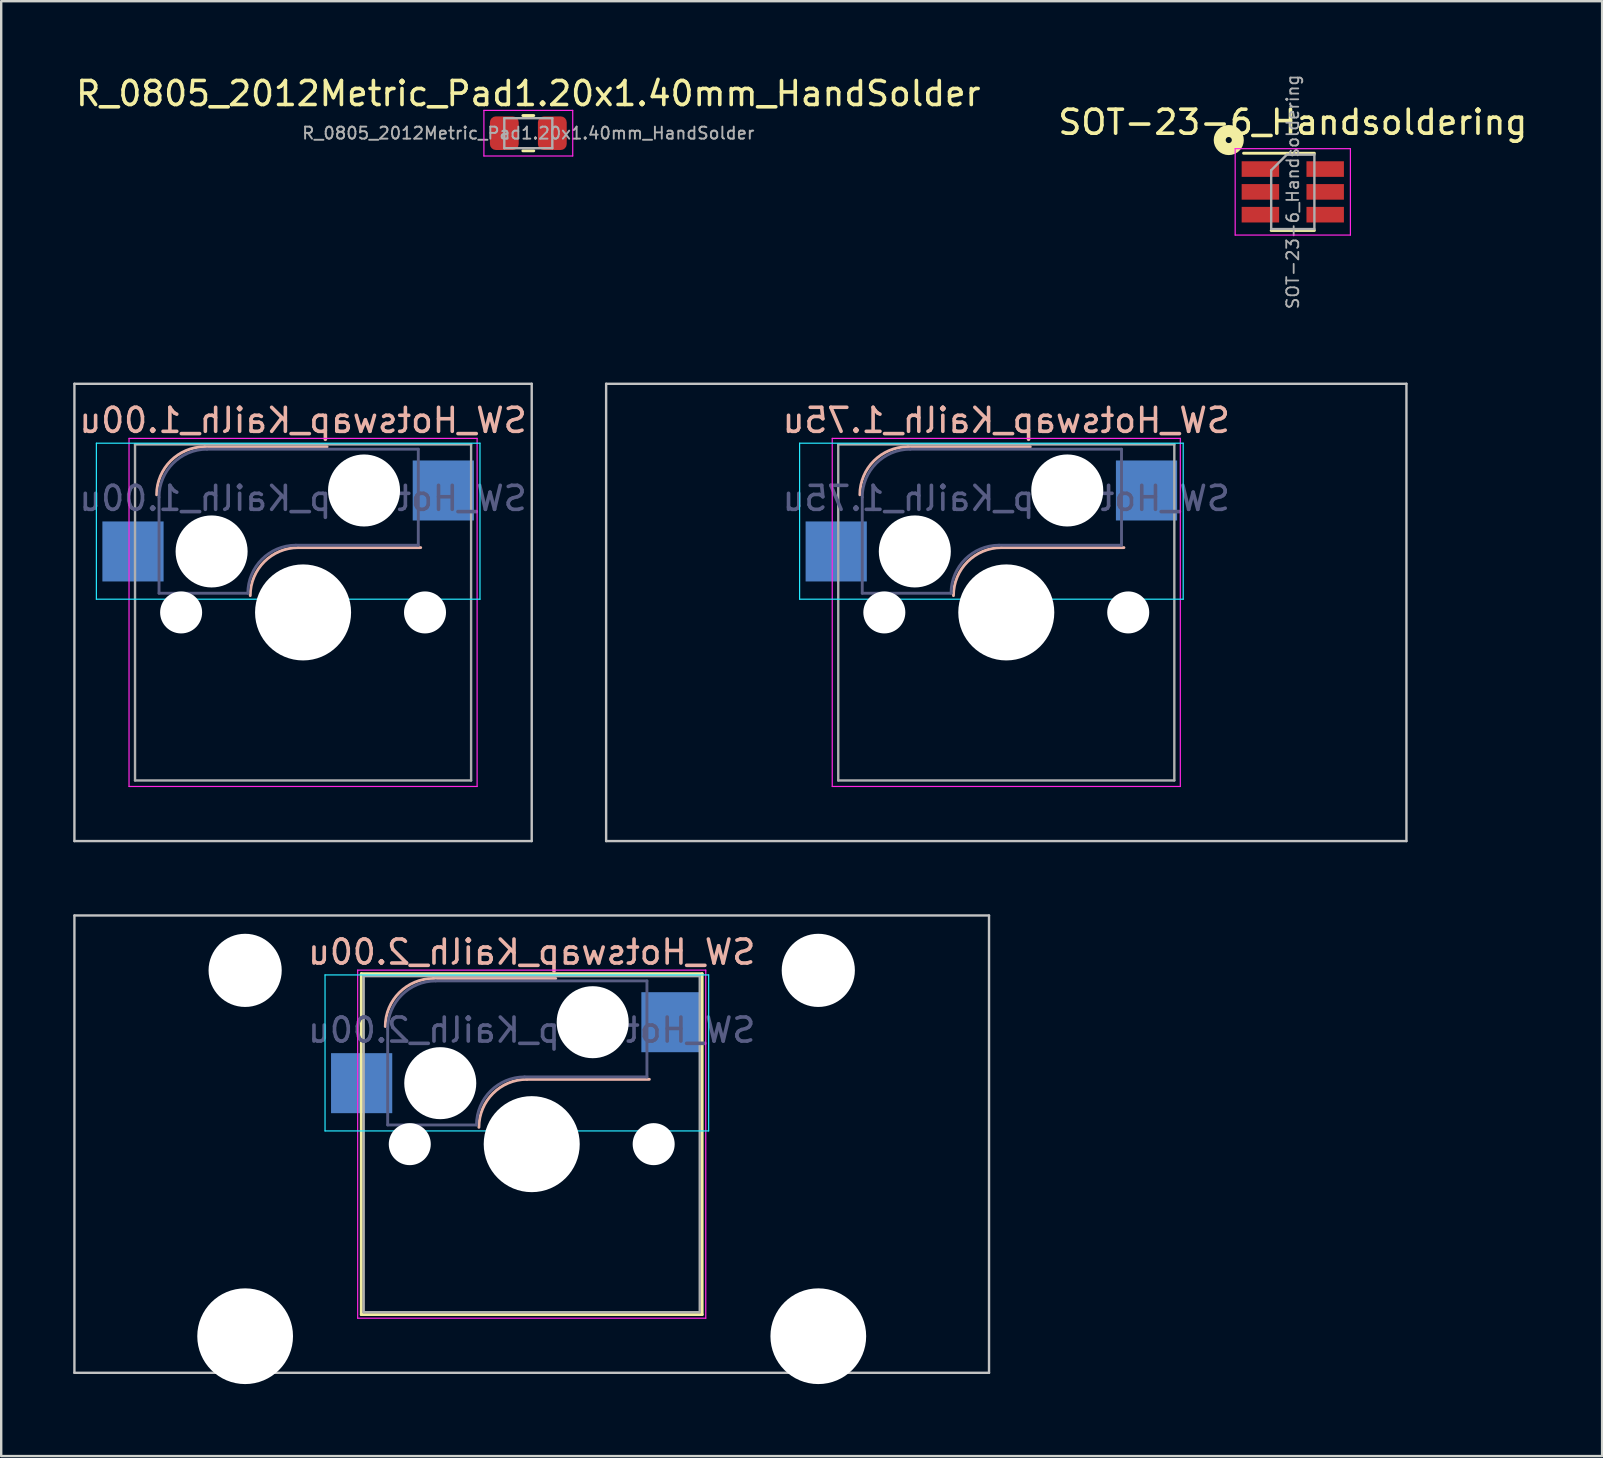
<source format=kicad_pcb>
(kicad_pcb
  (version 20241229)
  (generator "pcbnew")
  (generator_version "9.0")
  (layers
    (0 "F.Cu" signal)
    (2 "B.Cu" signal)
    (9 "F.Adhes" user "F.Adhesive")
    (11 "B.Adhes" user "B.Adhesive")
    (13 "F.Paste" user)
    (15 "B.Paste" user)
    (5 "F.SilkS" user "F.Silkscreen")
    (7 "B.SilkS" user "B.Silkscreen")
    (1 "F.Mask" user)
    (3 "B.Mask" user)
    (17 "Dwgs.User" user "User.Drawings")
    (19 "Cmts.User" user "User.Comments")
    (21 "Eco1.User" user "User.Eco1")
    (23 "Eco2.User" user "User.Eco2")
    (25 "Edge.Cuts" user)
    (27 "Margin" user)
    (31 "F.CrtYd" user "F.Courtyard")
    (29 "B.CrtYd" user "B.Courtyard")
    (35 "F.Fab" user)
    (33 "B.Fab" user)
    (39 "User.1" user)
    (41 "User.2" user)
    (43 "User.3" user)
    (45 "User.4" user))
  (footprint "SOT-23-6_Handsoldering"
    (layer "F.Cu")
    (at 50.804 4.943)
    (property "Reference" "SOT-23-6_Handsoldering" (at 0 -2.9 0) (layer "F.SilkS") (effects (font (size 1 1) (thickness 0.15))))
    (attr smd)
    (fp_line (start -0.9 1.61) (end 0.9 1.61) (stroke (width 0.12) (type solid)) (layer "F.SilkS"))
    (fp_line (start 0.9 -1.61) (end -2.05 -1.61) (stroke (width 0.12) (type solid)) (layer "F.SilkS"))
    (fp_circle (center -2.667 -2.159) (end -2.54 -2.159) (stroke (width 0.5) (type solid)) (fill no) (layer "F.SilkS"))
    (fp_line (start -2.4 -1.8) (end 2.4 -1.8) (stroke (width 0.05) (type solid)) (layer "F.CrtYd"))
    (fp_line (start -2.4 1.8) (end -2.4 -1.8) (stroke (width 0.05) (type solid)) (layer "F.CrtYd"))
    (fp_line (start 2.4 -1.8) (end 2.4 1.8) (stroke (width 0.05) (type solid)) (layer "F.CrtYd"))
    (fp_line (start 2.4 1.8) (end -2.4 1.8) (stroke (width 0.05) (type solid)) (layer "F.CrtYd"))
    (fp_line (start -0.9 -0.9) (end -0.9 1.55) (stroke (width 0.1) (type solid)) (layer "F.Fab"))
    (fp_line (start -0.9 -0.9) (end -0.25 -1.55) (stroke (width 0.1) (type solid)) (layer "F.Fab"))
    (fp_line (start 0.9 -1.55) (end -0.25 -1.55) (stroke (width 0.1) (type solid)) (layer "F.Fab"))
    (fp_line (start 0.9 -1.55) (end 0.9 1.55) (stroke (width 0.1) (type solid)) (layer "F.Fab"))
    (fp_line (start 0.9 1.55) (end -0.9 1.55) (stroke (width 0.1) (type solid)) (layer "F.Fab"))
    (fp_text user "${REFERENCE}" (at 0 0 90) (layer "F.Fab") (effects (font (size 0.5 0.5) (thickness 0.075))))
    (pad "1" smd rect (at -1.35 -0.95) (size 1.56 0.65) (layers "F.Cu" "F.Mask" "F.Paste"))
    (pad "2" smd rect (at -1.35 0) (size 1.56 0.65) (layers "F.Cu" "F.Mask" "F.Paste"))
    (pad "3" smd rect (at -1.35 0.95) (size 1.56 0.65) (layers "F.Cu" "F.Mask" "F.Paste"))
    (pad "4" smd rect (at 1.35 0.95) (size 1.56 0.65) (layers "F.Cu" "F.Mask" "F.Paste"))
    (pad "5" smd rect (at 1.35 0) (size 1.56 0.65) (layers "F.Cu" "F.Mask" "F.Paste"))
    (pad "6" smd rect (at 1.35 -0.95) (size 1.56 0.65) (layers "F.Cu" "F.Mask" "F.Paste")))
  (footprint "SW_Hotswap_Kailh_1.00u"
    (layer "F.Cu")
    (at 9.575 22.462)
    (property "Reference" "SW_Hotswap_Kailh_1.00u" (at 0 -8 0) (unlocked yes) (layer "B.SilkS") (effects (font (size 1 1) (thickness 0.15)) (justify mirror)))
    (attr smd)
    (fp_line (start -4.1 -6.9) (end 1 -6.9) (stroke (width 0.12) (type solid)) (layer "B.SilkS"))
    (fp_line (start -0.2 -2.7) (end 4.9 -2.7) (stroke (width 0.12) (type solid)) (layer "B.SilkS"))
    (fp_arc (start -6.1 -4.9) (mid -5.514214 -6.314214) (end -4.1 -6.9) (stroke (width 0.12) (type solid)) (layer "B.SilkS"))
    (fp_arc (start -2.2 -0.7) (mid -1.614214 -2.114214) (end -0.2 -2.7) (stroke (width 0.12) (type solid)) (layer "B.SilkS"))
    (fp_line (start -9.525 -9.525) (end -9.525 9.525) (stroke (width 0.1) (type solid)) (layer "Dwgs.User"))
    (fp_line (start -9.525 9.525) (end 9.525 9.525) (stroke (width 0.1) (type solid)) (layer "Dwgs.User"))
    (fp_line (start 9.525 -9.525) (end -9.525 -9.525) (stroke (width 0.1) (type solid)) (layer "Dwgs.User"))
    (fp_line (start 9.525 9.525) (end 9.525 -9.525) (stroke (width 0.1) (type solid)) (layer "Dwgs.User"))
    (fp_line (start -8.61 -7.05) (end -8.61 -0.55) (stroke (width 0.05) (type solid)) (layer "B.CrtYd"))
    (fp_line (start -8.61 -0.55) (end 7.37 -0.55) (stroke (width 0.05) (type solid)) (layer "B.CrtYd"))
    (fp_line (start 7.37 -7.05) (end -8.61 -7.05) (stroke (width 0.05) (type solid)) (layer "B.CrtYd"))
    (fp_line (start 7.37 -0.55) (end 7.37 -7.05) (stroke (width 0.05) (type solid)) (layer "B.CrtYd"))
    (fp_line (start -7.25 -7.25) (end -7.25 7.25) (stroke (width 0.05) (type solid)) (layer "F.CrtYd"))
    (fp_line (start -7.25 7.25) (end 7.25 7.25) (stroke (width 0.05) (type solid)) (layer "F.CrtYd"))
    (fp_line (start 7.25 -7.25) (end -7.25 -7.25) (stroke (width 0.05) (type solid)) (layer "F.CrtYd"))
    (fp_line (start 7.25 7.25) (end 7.25 -7.25) (stroke (width 0.05) (type solid)) (layer "F.CrtYd"))
    (fp_line (start -6 -0.8) (end -6 -4.8) (stroke (width 0.12) (type solid)) (layer "B.Fab"))
    (fp_line (start -6 -0.8) (end -2.3 -0.8) (stroke (width 0.12) (type solid)) (layer "B.Fab"))
    (fp_line (start -4 -6.8) (end 4.8 -6.8) (stroke (width 0.12) (type solid)) (layer "B.Fab"))
    (fp_line (start -0.3 -2.8) (end 4.8 -2.8) (stroke (width 0.12) (type solid)) (layer "B.Fab"))
    (fp_line (start 4.8 -6.8) (end 4.8 -2.8) (stroke (width 0.12) (type solid)) (layer "B.Fab"))
    (fp_arc (start -6 -4.8) (mid -5.414214 -6.214214) (end -4 -6.8) (stroke (width 0.12) (type solid)) (layer "B.Fab"))
    (fp_arc (start -2.3 -0.8) (mid -1.714214 -2.214214) (end -0.3 -2.8) (stroke (width 0.12) (type solid)) (layer "B.Fab"))
    (fp_line (start -7 -7) (end -7 7) (stroke (width 0.1) (type solid)) (layer "F.Fab"))
    (fp_line (start -7 7) (end 7 7) (stroke (width 0.1) (type solid)) (layer "F.Fab"))
    (fp_line (start 7 -7) (end -7 -7) (stroke (width 0.1) (type solid)) (layer "F.Fab"))
    (fp_line (start 7 7) (end 7 -7) (stroke (width 0.1) (type solid)) (layer "F.Fab"))
    (fp_text user "${REFERENCE}" (at 0 -4.75 0) (layer "B.Fab") (effects (font (size 1 1) (thickness 0.15)) (justify mirror)))
    (pad "" np_thru_hole circle (at -5.08 0) (size 1.75 1.75) (drill 1.75) (layers "*.Cu" "*.Mask"))
    (pad "" np_thru_hole circle (at -3.81 -2.54) (size 3 3) (drill 3) (layers "*.Cu" "*.Mask"))
    (pad "" np_thru_hole circle (at 0 0) (size 4 4) (drill 4) (layers "*.Cu" "*.Mask"))
    (pad "" np_thru_hole circle (at 2.54 -5.08) (size 3 3) (drill 3) (layers "*.Cu" "*.Mask"))
    (pad "" np_thru_hole circle (at 5.08 0) (size 1.75 1.75) (drill 1.75) (layers "*.Cu" "*.Mask"))
    (pad "1" smd rect (at 5.842 -5.08) (size 2.55 2.5) (layers "B.Cu" "B.Mask" "B.Paste"))
    (pad "2" smd rect (at -7.085 -2.54) (size 2.55 2.5) (layers "B.Cu" "B.Mask" "B.Paste")))
  (footprint "R_0805_2012Metric_Pad1.20x1.40mm_HandSolder"
    (layer "F.Cu")
    (at 18.958 2.498)
    (property "Reference" "R_0805_2012Metric_Pad1.20x1.40mm_HandSolder" (at 0 -1.65 0) (layer "F.SilkS") (effects (font (size 1 1) (thickness 0.15))))
    (attr smd)
    (fp_line (start -0.227 -0.735) (end 0.227 -0.735) (stroke (width 0.12) (type solid)) (layer "F.SilkS"))
    (fp_line (start -0.227 0.735) (end 0.227 0.735) (stroke (width 0.12) (type solid)) (layer "F.SilkS"))
    (fp_line (start -1.85 -0.95) (end 1.85 -0.95) (stroke (width 0.05) (type solid)) (layer "F.CrtYd"))
    (fp_line (start -1.85 0.95) (end -1.85 -0.95) (stroke (width 0.05) (type solid)) (layer "F.CrtYd"))
    (fp_line (start 1.85 -0.95) (end 1.85 0.95) (stroke (width 0.05) (type solid)) (layer "F.CrtYd"))
    (fp_line (start 1.85 0.95) (end -1.85 0.95) (stroke (width 0.05) (type solid)) (layer "F.CrtYd"))
    (fp_line (start -1 -0.625) (end 1 -0.625) (stroke (width 0.1) (type solid)) (layer "F.Fab"))
    (fp_line (start -1 0.625) (end -1 -0.625) (stroke (width 0.1) (type solid)) (layer "F.Fab"))
    (fp_line (start 1 -0.625) (end 1 0.625) (stroke (width 0.1) (type solid)) (layer "F.Fab"))
    (fp_line (start 1 0.625) (end -1 0.625) (stroke (width 0.1) (type solid)) (layer "F.Fab"))
    (fp_text user "${REFERENCE}" (at 0 0 0) (layer "F.Fab") (effects (font (size 0.5 0.5) (thickness 0.08))))
    (pad "1" smd roundrect (at -1 0) (size 1.2 1.4) (layers "F.Cu" "F.Mask" "F.Paste") (roundrect_rratio 0.208))
    (pad "2" smd roundrect (at 1 0) (size 1.2 1.4) (layers "F.Cu" "F.Mask" "F.Paste") (roundrect_rratio 0.208)))
  (footprint "SW_Hotswap_Kailh_2.00u"
    (layer "F.Cu")
    (at 19.1 44.612)
    (property "Reference" "SW_Hotswap_Kailh_2.00u" (at 0 -8 0) (layer "B.SilkS") (effects (font (size 1 1) (thickness 0.15)) (justify mirror)))
    (attr smd)
    (fp_line (start -7.1 -7.1) (end -7.1 7.1) (stroke (width 0.12) (type solid)) (layer "F.SilkS"))
    (fp_line (start -7.1 7.1) (end 7.1 7.1) (stroke (width 0.12) (type solid)) (layer "F.SilkS"))
    (fp_line (start 7.1 -7.1) (end -7.1 -7.1) (stroke (width 0.12) (type solid)) (layer "F.SilkS"))
    (fp_line (start 7.1 7.1) (end 7.1 -7.1) (stroke (width 0.12) (type solid)) (layer "F.SilkS"))
    (fp_line (start -4.1 -6.9) (end 1 -6.9) (stroke (width 0.12) (type solid)) (layer "B.SilkS"))
    (fp_line (start -0.2 -2.7) (end 4.9 -2.7) (stroke (width 0.12) (type solid)) (layer "B.SilkS"))
    (fp_arc (start -6.1 -4.9) (mid -5.514214 -6.314214) (end -4.1 -6.9) (stroke (width 0.12) (type solid)) (layer "B.SilkS"))
    (fp_arc (start -2.2 -0.7) (mid -1.614214 -2.114214) (end -0.2 -2.7) (stroke (width 0.12) (type solid)) (layer "B.SilkS"))
    (fp_line (start -19.05 -9.525) (end -19.05 9.525) (stroke (width 0.1) (type solid)) (layer "Dwgs.User"))
    (fp_line (start -19.05 9.525) (end 19.05 9.525) (stroke (width 0.1) (type solid)) (layer "Dwgs.User"))
    (fp_line (start 19.05 -9.525) (end -19.05 -9.525) (stroke (width 0.1) (type solid)) (layer "Dwgs.User"))
    (fp_line (start 19.05 9.525) (end 19.05 -9.525) (stroke (width 0.1) (type solid)) (layer "Dwgs.User"))
    (fp_line (start -8.61 -7.05) (end -8.61 -0.55) (stroke (width 0.05) (type solid)) (layer "B.CrtYd"))
    (fp_line (start -8.61 -0.55) (end 7.37 -0.55) (stroke (width 0.05) (type solid)) (layer "B.CrtYd"))
    (fp_line (start 7.37 -7.05) (end -8.61 -7.05) (stroke (width 0.05) (type solid)) (layer "B.CrtYd"))
    (fp_line (start 7.37 -0.55) (end 7.37 -7.05) (stroke (width 0.05) (type solid)) (layer "B.CrtYd"))
    (fp_line (start -7.25 -7.25) (end -7.25 7.25) (stroke (width 0.05) (type solid)) (layer "F.CrtYd"))
    (fp_line (start -7.25 7.25) (end 7.25 7.25) (stroke (width 0.05) (type solid)) (layer "F.CrtYd"))
    (fp_line (start 7.25 -7.25) (end -7.25 -7.25) (stroke (width 0.05) (type solid)) (layer "F.CrtYd"))
    (fp_line (start 7.25 7.25) (end 7.25 -7.25) (stroke (width 0.05) (type solid)) (layer "F.CrtYd"))
    (fp_line (start -6 -0.8) (end -6 -4.8) (stroke (width 0.12) (type solid)) (layer "B.Fab"))
    (fp_line (start -6 -0.8) (end -2.3 -0.8) (stroke (width 0.12) (type solid)) (layer "B.Fab"))
    (fp_line (start -4 -6.8) (end 4.8 -6.8) (stroke (width 0.12) (type solid)) (layer "B.Fab"))
    (fp_line (start -0.3 -2.8) (end 4.8 -2.8) (stroke (width 0.12) (type solid)) (layer "B.Fab"))
    (fp_line (start 4.8 -6.8) (end 4.8 -2.8) (stroke (width 0.12) (type solid)) (layer "B.Fab"))
    (fp_arc (start -6 -4.8) (mid -5.414214 -6.214214) (end -4 -6.8) (stroke (width 0.12) (type solid)) (layer "B.Fab"))
    (fp_arc (start -2.3 -0.8) (mid -1.714214 -2.214214) (end -0.3 -2.8) (stroke (width 0.12) (type solid)) (layer "B.Fab"))
    (fp_line (start -7 -7) (end -7 7) (stroke (width 0.1) (type solid)) (layer "F.Fab"))
    (fp_line (start -7 7) (end 7 7) (stroke (width 0.1) (type solid)) (layer "F.Fab"))
    (fp_line (start 7 -7) (end -7 -7) (stroke (width 0.1) (type solid)) (layer "F.Fab"))
    (fp_line (start 7 7) (end 7 -7) (stroke (width 0.1) (type solid)) (layer "F.Fab"))
    (fp_text user "${REFERENCE}" (at 0 -4.75 0) (layer "B.Fab") (effects (font (size 1 1) (thickness 0.15)) (justify mirror)))
    (pad "" np_thru_hole circle (at -11.938 -7.239 180) (size 3.048 3.048) (drill 3.048) (layers "*.Cu" "*.Mask"))
    (pad "" np_thru_hole circle (at -11.938 8.001 180) (size 3.988 3.988) (drill 3.988) (layers "*.Cu" "*.Mask"))
    (pad "" np_thru_hole circle (at -5.08 0) (size 1.75 1.75) (drill 1.75) (layers "*.Cu" "*.Mask"))
    (pad "" np_thru_hole circle (at -3.81 -2.54) (size 3 3) (drill 3) (layers "*.Cu" "*.Mask"))
    (pad "" np_thru_hole circle (at 0 0) (size 4 4) (drill 4) (layers "*.Cu" "*.Mask"))
    (pad "" np_thru_hole circle (at 2.54 -5.08) (size 3 3) (drill 3) (layers "*.Cu" "*.Mask"))
    (pad "" np_thru_hole circle (at 5.08 0) (size 1.75 1.75) (drill 1.75) (layers "*.Cu" "*.Mask"))
    (pad "" np_thru_hole circle (at 11.938 -7.239 180) (size 3.048 3.048) (drill 3.048) (layers "*.Cu" "*.Mask"))
    (pad "" np_thru_hole circle (at 11.938 8.001 180) (size 3.988 3.988) (drill 3.988) (layers "*.Cu" "*.Mask"))
    (pad "1" smd rect (at -7.085 -2.54) (size 2.55 2.5) (layers "B.Cu" "B.Mask" "B.Paste"))
    (pad "2" smd rect (at 5.842 -5.08) (size 2.55 2.5) (layers "B.Cu" "B.Mask" "B.Paste")))
  (footprint "SW_Hotswap_Kailh_1.75u"
    (layer "F.Cu")
    (at 38.869 22.462)
    (property "Reference" "SW_Hotswap_Kailh_1.75u" (at 0 -8 0) (layer "B.SilkS") (effects (font (size 1 1) (thickness 0.15)) (justify mirror)))
    (attr smd)
    (fp_line (start -4.1 -6.9) (end 1 -6.9) (stroke (width 0.12) (type solid)) (layer "B.SilkS"))
    (fp_line (start -0.2 -2.7) (end 4.9 -2.7) (stroke (width 0.12) (type solid)) (layer "B.SilkS"))
    (fp_arc (start -6.1 -4.9) (mid -5.514214 -6.314214) (end -4.1 -6.9) (stroke (width 0.12) (type solid)) (layer "B.SilkS"))
    (fp_arc (start -2.2 -0.7) (mid -1.614214 -2.114214) (end -0.2 -2.7) (stroke (width 0.12) (type solid)) (layer "B.SilkS"))
    (fp_line (start -16.669 -9.525) (end -16.669 9.525) (stroke (width 0.1) (type solid)) (layer "Dwgs.User"))
    (fp_line (start -16.669 9.525) (end 16.669 9.525) (stroke (width 0.1) (type solid)) (layer "Dwgs.User"))
    (fp_line (start 16.669 -9.525) (end -16.669 -9.525) (stroke (width 0.1) (type solid)) (layer "Dwgs.User"))
    (fp_line (start 16.669 9.525) (end 16.669 -9.525) (stroke (width 0.1) (type solid)) (layer "Dwgs.User"))
    (fp_line (start -8.61 -7.05) (end -8.61 -0.55) (stroke (width 0.05) (type solid)) (layer "B.CrtYd"))
    (fp_line (start -8.61 -0.55) (end 7.37 -0.55) (stroke (width 0.05) (type solid)) (layer "B.CrtYd"))
    (fp_line (start 7.37 -7.05) (end -8.61 -7.05) (stroke (width 0.05) (type solid)) (layer "B.CrtYd"))
    (fp_line (start 7.37 -0.55) (end 7.37 -7.05) (stroke (width 0.05) (type solid)) (layer "B.CrtYd"))
    (fp_line (start -7.25 -7.25) (end -7.25 7.25) (stroke (width 0.05) (type solid)) (layer "F.CrtYd"))
    (fp_line (start -7.25 7.25) (end 7.25 7.25) (stroke (width 0.05) (type solid)) (layer "F.CrtYd"))
    (fp_line (start 7.25 -7.25) (end -7.25 -7.25) (stroke (width 0.05) (type solid)) (layer "F.CrtYd"))
    (fp_line (start 7.25 7.25) (end 7.25 -7.25) (stroke (width 0.05) (type solid)) (layer "F.CrtYd"))
    (fp_line (start -6 -0.8) (end -6 -4.8) (stroke (width 0.12) (type solid)) (layer "B.Fab"))
    (fp_line (start -6 -0.8) (end -2.3 -0.8) (stroke (width 0.12) (type solid)) (layer "B.Fab"))
    (fp_line (start -4 -6.8) (end 4.8 -6.8) (stroke (width 0.12) (type solid)) (layer "B.Fab"))
    (fp_line (start -0.3 -2.8) (end 4.8 -2.8) (stroke (width 0.12) (type solid)) (layer "B.Fab"))
    (fp_line (start 4.8 -6.8) (end 4.8 -2.8) (stroke (width 0.12) (type solid)) (layer "B.Fab"))
    (fp_arc (start -6 -4.8) (mid -5.414214 -6.214214) (end -4 -6.8) (stroke (width 0.12) (type solid)) (layer "B.Fab"))
    (fp_arc (start -2.3 -0.8) (mid -1.714214 -2.214214) (end -0.3 -2.8) (stroke (width 0.12) (type solid)) (layer "B.Fab"))
    (fp_line (start -7 -7) (end -7 7) (stroke (width 0.1) (type solid)) (layer "F.Fab"))
    (fp_line (start -7 7) (end 7 7) (stroke (width 0.1) (type solid)) (layer "F.Fab"))
    (fp_line (start 7 -7) (end -7 -7) (stroke (width 0.1) (type solid)) (layer "F.Fab"))
    (fp_line (start 7 7) (end 7 -7) (stroke (width 0.1) (type solid)) (layer "F.Fab"))
    (fp_text user "${REFERENCE}" (at 0 -4.75 0) (layer "B.Fab") (effects (font (size 1 1) (thickness 0.15)) (justify mirror)))
    (pad "" np_thru_hole circle (at -5.08 0) (size 1.75 1.75) (drill 1.75) (layers "*.Cu" "*.Mask"))
    (pad "" np_thru_hole circle (at -3.81 -2.54) (size 3 3) (drill 3) (layers "*.Cu" "*.Mask"))
    (pad "" np_thru_hole circle (at 0 0) (size 4 4) (drill 4) (layers "*.Cu" "*.Mask"))
    (pad "" np_thru_hole circle (at 2.54 -5.08) (size 3 3) (drill 3) (layers "*.Cu" "*.Mask"))
    (pad "" np_thru_hole circle (at 5.08 0) (size 1.75 1.75) (drill 1.75) (layers "*.Cu" "*.Mask"))
    (pad "1" smd rect (at 5.842 -5.08) (size 2.55 2.5) (layers "B.Cu" "B.Mask" "B.Paste"))
    (pad "2" smd rect (at -7.085 -2.54) (size 2.55 2.5) (layers "B.Cu" "B.Mask" "B.Paste")))
  (gr_rect
    (start -3 -3)
    (end 63.69 57.607)
    (stroke (width 0.1) (type default))
    (fill no)
    (layer "Edge.Cuts")))
</source>
